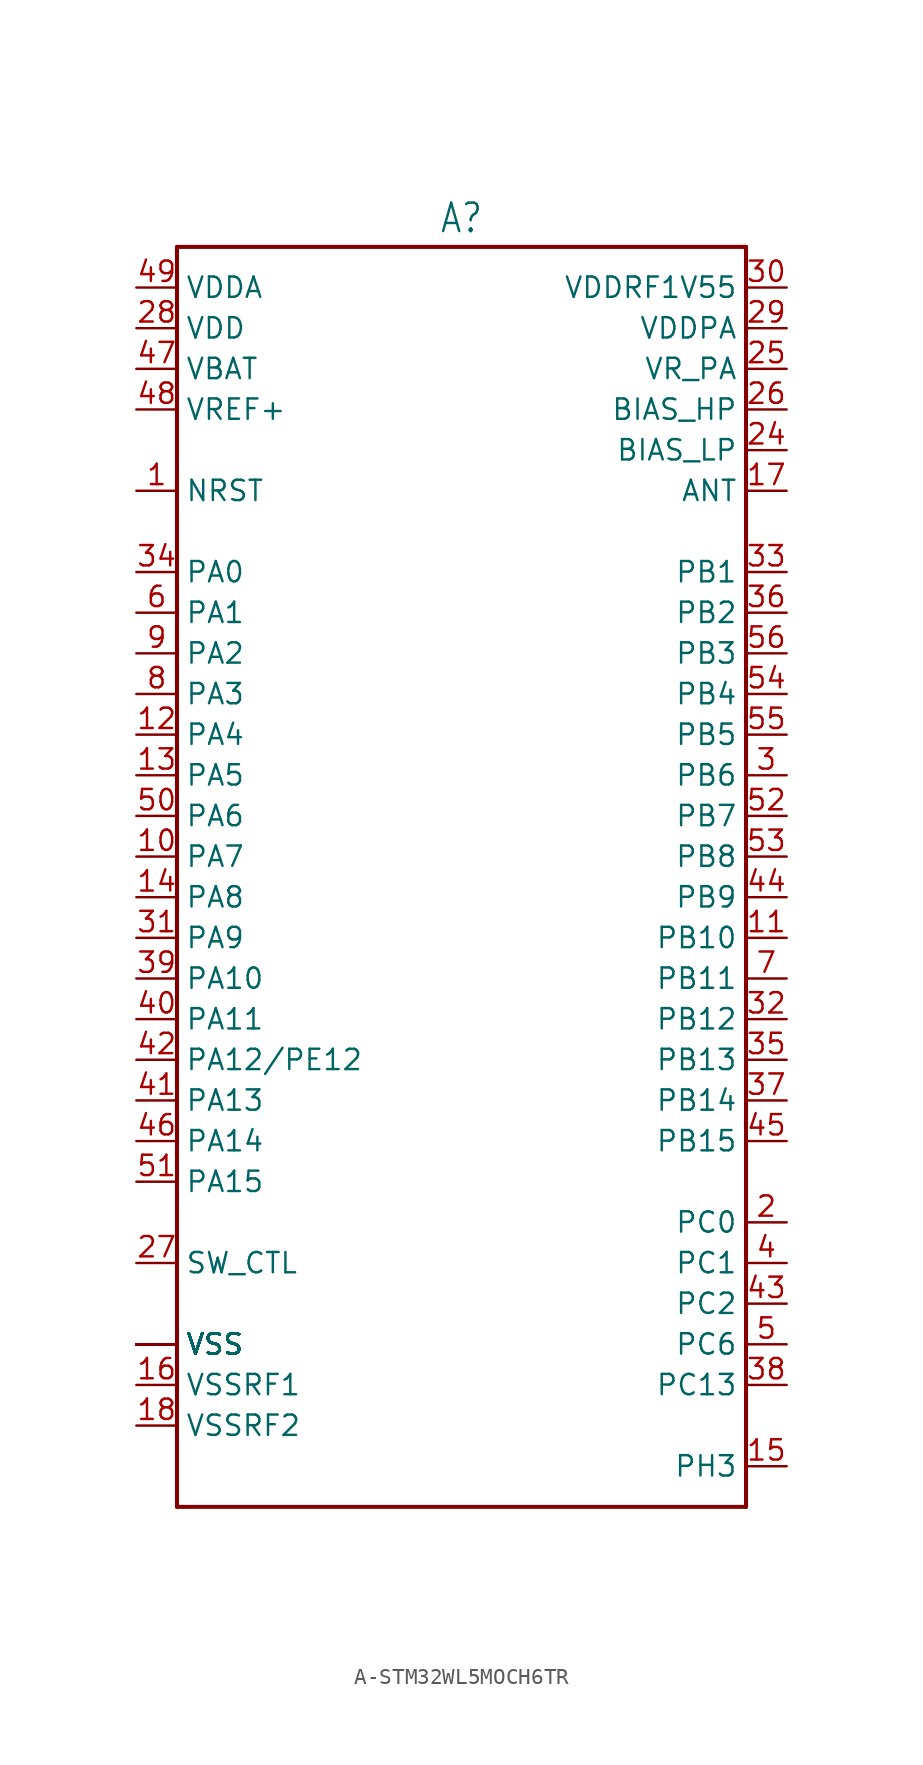
<source format=kicad_sym>
(kicad_symbol_lib
  (version 20231120)
  (generator "kicad_symbol_editor")
  (generator_version "8.0")
  (symbol "A-STM32WL5MOCH6TR"
    (property "Reference" "A"
      (at 0 38.862 0)
      (effects (font (size 1.778 1.511)) (justify bottom)))
    (property "Value" ""
      (at 0 -41.402 0)
      (effects (font (size 1.778 1.511)) (justify top)))
    (property "ki_locked" ""
      (at 0 0 0)
      (effects (font (size 1.27 1.27))))
    (symbol "A-STM32WL5MOCH6TR_1_0"
      (polyline (pts (xy -17.78 -40.64) (xy -17.78 38.1)) (stroke (width 0.254) (type solid)) (fill (type none)))
      (polyline (pts (xy -17.78 38.1) (xy 17.78 38.1)) (stroke (width 0.254) (type solid)) (fill (type none)))
      (polyline (pts (xy 17.78 -40.64) (xy -17.78 -40.64)) (stroke (width 0.254) (type solid)) (fill (type none)))
      (polyline (pts (xy 17.78 38.1) (xy 17.78 -40.64)) (stroke (width 0.254) (type solid)) (fill (type none)))
      (pin passive line (at -20.32 22.86 0) (length 2.54) (name "NRST" (effects (font (size 1.27 1.27)))) (number "1" (effects (font (size 1.27 1.27)))))
      (pin passive line (at -20.32 0 0) (length 2.54) (name "PA7" (effects (font (size 1.27 1.27)))) (number "10" (effects (font (size 1.27 1.27)))))
      (pin passive line (at 20.32 -5.08 180) (length 2.54) (name "PB10" (effects (font (size 1.27 1.27)))) (number "11" (effects (font (size 1.27 1.27)))))
      (pin passive line (at -20.32 7.62 0) (length 2.54) (name "PA4" (effects (font (size 1.27 1.27)))) (number "12" (effects (font (size 1.27 1.27)))))
      (pin passive line (at -20.32 5.08 0) (length 2.54) (name "PA5" (effects (font (size 1.27 1.27)))) (number "13" (effects (font (size 1.27 1.27)))))
      (pin passive line (at -20.32 -2.54 0) (length 2.54) (name "PA8" (effects (font (size 1.27 1.27)))) (number "14" (effects (font (size 1.27 1.27)))))
      (pin passive line (at 20.32 -38.1 180) (length 2.54) (name "PH3" (effects (font (size 1.27 1.27)))) (number "15" (effects (font (size 1.27 1.27)))))
      (pin passive line (at -20.32 -33.02 0) (length 2.54) (name "VSSRF1" (effects (font (size 1.27 1.27)))) (number "16" (effects (font (size 1.27 1.27)))))
      (pin passive line (at 20.32 22.86 180) (length 2.54) (name "ANT" (effects (font (size 1.27 1.27)))) (number "17" (effects (font (size 1.27 1.27)))))
      (pin passive line (at -20.32 -35.56 0) (length 2.54) (name "VSSRF2" (effects (font (size 1.27 1.27)))) (number "18" (effects (font (size 1.27 1.27)))))
      (pin passive line (at -20.32 -30.48 0) (length 2.54) (name "VSS" (effects (font (size 1.27 1.27)))) (number "19" (effects (font (size 0 0)))))
      (pin passive line (at 20.32 -22.86 180) (length 2.54) (name "PC0" (effects (font (size 1.27 1.27)))) (number "2" (effects (font (size 1.27 1.27)))))
      (pin passive line (at -20.32 -30.48 0) (length 2.54) (name "VSS" (effects (font (size 1.27 1.27)))) (number "20" (effects (font (size 0 0)))))
      (pin passive line (at -20.32 -30.48 0) (length 2.54) (name "VSS" (effects (font (size 1.27 1.27)))) (number "21" (effects (font (size 0 0)))))
      (pin passive line (at -20.32 -30.48 0) (length 2.54) (name "VSS" (effects (font (size 1.27 1.27)))) (number "22" (effects (font (size 0 0)))))
      (pin passive line (at -20.32 -30.48 0) (length 2.54) (name "VSS" (effects (font (size 1.27 1.27)))) (number "23" (effects (font (size 0 0)))))
      (pin passive line (at 20.32 25.4 180) (length 2.54) (name "BIAS_LP" (effects (font (size 1.27 1.27)))) (number "24" (effects (font (size 1.27 1.27)))))
      (pin passive line (at 20.32 30.48 180) (length 2.54) (name "VR_PA" (effects (font (size 1.27 1.27)))) (number "25" (effects (font (size 1.27 1.27)))))
      (pin passive line (at 20.32 27.94 180) (length 2.54) (name "BIAS_HP" (effects (font (size 1.27 1.27)))) (number "26" (effects (font (size 1.27 1.27)))))
      (pin passive line (at -20.32 -25.4 0) (length 2.54) (name "SW_CTL" (effects (font (size 1.27 1.27)))) (number "27" (effects (font (size 1.27 1.27)))))
      (pin passive line (at -20.32 33.02 0) (length 2.54) (name "VDD" (effects (font (size 1.27 1.27)))) (number "28" (effects (font (size 1.27 1.27)))))
      (pin passive line (at 20.32 33.02 180) (length 2.54) (name "VDDPA" (effects (font (size 1.27 1.27)))) (number "29" (effects (font (size 1.27 1.27)))))
      (pin passive line (at 20.32 5.08 180) (length 2.54) (name "PB6" (effects (font (size 1.27 1.27)))) (number "3" (effects (font (size 1.27 1.27)))))
      (pin passive line (at 20.32 35.56 180) (length 2.54) (name "VDDRF1V55" (effects (font (size 1.27 1.27)))) (number "30" (effects (font (size 1.27 1.27)))))
      (pin passive line (at -20.32 -5.08 0) (length 2.54) (name "PA9" (effects (font (size 1.27 1.27)))) (number "31" (effects (font (size 1.27 1.27)))))
      (pin passive line (at 20.32 -10.16 180) (length 2.54) (name "PB12" (effects (font (size 1.27 1.27)))) (number "32" (effects (font (size 1.27 1.27)))))
      (pin passive line (at 20.32 17.78 180) (length 2.54) (name "PB1" (effects (font (size 1.27 1.27)))) (number "33" (effects (font (size 1.27 1.27)))))
      (pin passive line (at -20.32 17.78 0) (length 2.54) (name "PA0" (effects (font (size 1.27 1.27)))) (number "34" (effects (font (size 1.27 1.27)))))
      (pin passive line (at 20.32 -12.7 180) (length 2.54) (name "PB13" (effects (font (size 1.27 1.27)))) (number "35" (effects (font (size 1.27 1.27)))))
      (pin passive line (at 20.32 15.24 180) (length 2.54) (name "PB2" (effects (font (size 1.27 1.27)))) (number "36" (effects (font (size 1.27 1.27)))))
      (pin passive line (at 20.32 -15.24 180) (length 2.54) (name "PB14" (effects (font (size 1.27 1.27)))) (number "37" (effects (font (size 1.27 1.27)))))
      (pin passive line (at 20.32 -33.02 180) (length 2.54) (name "PC13" (effects (font (size 1.27 1.27)))) (number "38" (effects (font (size 1.27 1.27)))))
      (pin passive line (at -20.32 -7.62 0) (length 2.54) (name "PA10" (effects (font (size 1.27 1.27)))) (number "39" (effects (font (size 1.27 1.27)))))
      (pin passive line (at 20.32 -25.4 180) (length 2.54) (name "PC1" (effects (font (size 1.27 1.27)))) (number "4" (effects (font (size 1.27 1.27)))))
      (pin passive line (at -20.32 -10.16 0) (length 2.54) (name "PA11" (effects (font (size 1.27 1.27)))) (number "40" (effects (font (size 1.27 1.27)))))
      (pin passive line (at -20.32 -15.24 0) (length 2.54) (name "PA13" (effects (font (size 1.27 1.27)))) (number "41" (effects (font (size 1.27 1.27)))))
      (pin passive line (at -20.32 -12.7 0) (length 2.54) (name "PA12/PE12" (effects (font (size 1.27 1.27)))) (number "42" (effects (font (size 1.27 1.27)))))
      (pin passive line (at 20.32 -27.94 180) (length 2.54) (name "PC2" (effects (font (size 1.27 1.27)))) (number "43" (effects (font (size 1.27 1.27)))))
      (pin passive line (at 20.32 -2.54 180) (length 2.54) (name "PB9" (effects (font (size 1.27 1.27)))) (number "44" (effects (font (size 1.27 1.27)))))
      (pin passive line (at 20.32 -17.78 180) (length 2.54) (name "PB15" (effects (font (size 1.27 1.27)))) (number "45" (effects (font (size 1.27 1.27)))))
      (pin passive line (at -20.32 -17.78 0) (length 2.54) (name "PA14" (effects (font (size 1.27 1.27)))) (number "46" (effects (font (size 1.27 1.27)))))
      (pin passive line (at -20.32 30.48 0) (length 2.54) (name "VBAT" (effects (font (size 1.27 1.27)))) (number "47" (effects (font (size 1.27 1.27)))))
      (pin passive line (at -20.32 27.94 0) (length 2.54) (name "VREF+" (effects (font (size 1.27 1.27)))) (number "48" (effects (font (size 1.27 1.27)))))
      (pin passive line (at -20.32 35.56 0) (length 2.54) (name "VDDA" (effects (font (size 1.27 1.27)))) (number "49" (effects (font (size 1.27 1.27)))))
      (pin passive line (at 20.32 -30.48 180) (length 2.54) (name "PC6" (effects (font (size 1.27 1.27)))) (number "5" (effects (font (size 1.27 1.27)))))
      (pin passive line (at -20.32 2.54 0) (length 2.54) (name "PA6" (effects (font (size 1.27 1.27)))) (number "50" (effects (font (size 1.27 1.27)))))
      (pin passive line (at -20.32 -20.32 0) (length 2.54) (name "PA15" (effects (font (size 1.27 1.27)))) (number "51" (effects (font (size 1.27 1.27)))))
      (pin passive line (at 20.32 2.54 180) (length 2.54) (name "PB7" (effects (font (size 1.27 1.27)))) (number "52" (effects (font (size 1.27 1.27)))))
      (pin passive line (at 20.32 0 180) (length 2.54) (name "PB8" (effects (font (size 1.27 1.27)))) (number "53" (effects (font (size 1.27 1.27)))))
      (pin passive line (at 20.32 10.16 180) (length 2.54) (name "PB4" (effects (font (size 1.27 1.27)))) (number "54" (effects (font (size 1.27 1.27)))))
      (pin passive line (at 20.32 7.62 180) (length 2.54) (name "PB5" (effects (font (size 1.27 1.27)))) (number "55" (effects (font (size 1.27 1.27)))))
      (pin passive line (at 20.32 12.7 180) (length 2.54) (name "PB3" (effects (font (size 1.27 1.27)))) (number "56" (effects (font (size 1.27 1.27)))))
      (pin passive line (at -20.32 -30.48 0) (length 2.54) (name "VSS" (effects (font (size 1.27 1.27)))) (number "57" (effects (font (size 0 0)))))
      (pin passive line (at -20.32 -30.48 0) (length 2.54) (name "VSS" (effects (font (size 1.27 1.27)))) (number "58" (effects (font (size 0 0)))))
      (pin passive line (at -20.32 -30.48 0) (length 2.54) (name "VSS" (effects (font (size 1.27 1.27)))) (number "59" (effects (font (size 0 0)))))
      (pin passive line (at -20.32 15.24 0) (length 2.54) (name "PA1" (effects (font (size 1.27 1.27)))) (number "6" (effects (font (size 1.27 1.27)))))
      (pin passive line (at -20.32 -30.48 0) (length 2.54) (name "VSS" (effects (font (size 1.27 1.27)))) (number "60" (effects (font (size 0 0)))))
      (pin passive line (at -20.32 -30.48 0) (length 2.54) (name "VSS" (effects (font (size 1.27 1.27)))) (number "61" (effects (font (size 0 0)))))
      (pin passive line (at -20.32 -30.48 0) (length 2.54) (name "VSS" (effects (font (size 1.27 1.27)))) (number "62" (effects (font (size 0 0)))))
      (pin passive line (at -20.32 -30.48 0) (length 2.54) (name "VSS" (effects (font (size 1.27 1.27)))) (number "63" (effects (font (size 0 0)))))
      (pin passive line (at -20.32 -30.48 0) (length 2.54) (name "VSS" (effects (font (size 1.27 1.27)))) (number "64" (effects (font (size 0 0)))))
      (pin passive line (at -20.32 -30.48 0) (length 2.54) (name "VSS" (effects (font (size 1.27 1.27)))) (number "65" (effects (font (size 0 0)))))
      (pin passive line (at -20.32 -30.48 0) (length 2.54) (name "VSS" (effects (font (size 1.27 1.27)))) (number "66" (effects (font (size 0 0)))))
      (pin passive line (at -20.32 -30.48 0) (length 2.54) (name "VSS" (effects (font (size 1.27 1.27)))) (number "67" (effects (font (size 0 0)))))
      (pin passive line (at -20.32 -30.48 0) (length 2.54) (name "VSS" (effects (font (size 1.27 1.27)))) (number "68" (effects (font (size 0 0)))))
      (pin passive line (at -20.32 -30.48 0) (length 2.54) (name "VSS" (effects (font (size 1.27 1.27)))) (number "69" (effects (font (size 0 0)))))
      (pin passive line (at 20.32 -7.62 180) (length 2.54) (name "PB11" (effects (font (size 1.27 1.27)))) (number "7" (effects (font (size 1.27 1.27)))))
      (pin passive line (at -20.32 -30.48 0) (length 2.54) (name "VSS" (effects (font (size 1.27 1.27)))) (number "70" (effects (font (size 0 0)))))
      (pin passive line (at -20.32 -30.48 0) (length 2.54) (name "VSS" (effects (font (size 1.27 1.27)))) (number "71" (effects (font (size 0 0)))))
      (pin passive line (at -20.32 -30.48 0) (length 2.54) (name "VSS" (effects (font (size 1.27 1.27)))) (number "72" (effects (font (size 0 0)))))
      (pin passive line (at -20.32 -30.48 0) (length 2.54) (name "VSS" (effects (font (size 1.27 1.27)))) (number "73" (effects (font (size 0 0)))))
      (pin passive line (at -20.32 -30.48 0) (length 2.54) (name "VSS" (effects (font (size 1.27 1.27)))) (number "74" (effects (font (size 0 0)))))
      (pin passive line (at -20.32 -30.48 0) (length 2.54) (name "VSS" (effects (font (size 1.27 1.27)))) (number "75" (effects (font (size 0 0)))))
      (pin passive line (at -20.32 -30.48 0) (length 2.54) (name "VSS" (effects (font (size 1.27 1.27)))) (number "76" (effects (font (size 0 0)))))
      (pin passive line (at -20.32 -30.48 0) (length 2.54) (name "VSS" (effects (font (size 1.27 1.27)))) (number "77" (effects (font (size 0 0)))))
      (pin passive line (at -20.32 -30.48 0) (length 2.54) (name "VSS" (effects (font (size 1.27 1.27)))) (number "78" (effects (font (size 0 0)))))
      (pin passive line (at -20.32 -30.48 0) (length 2.54) (name "VSS" (effects (font (size 1.27 1.27)))) (number "79" (effects (font (size 0 0)))))
      (pin passive line (at -20.32 10.16 0) (length 2.54) (name "PA3" (effects (font (size 1.27 1.27)))) (number "8" (effects (font (size 1.27 1.27)))))
      (pin passive line (at -20.32 -30.48 0) (length 2.54) (name "VSS" (effects (font (size 1.27 1.27)))) (number "80" (effects (font (size 0 0)))))
      (pin passive line (at -20.32 -30.48 0) (length 2.54) (name "VSS" (effects (font (size 1.27 1.27)))) (number "81" (effects (font (size 0 0)))))
      (pin passive line (at -20.32 -30.48 0) (length 2.54) (name "VSS" (effects (font (size 1.27 1.27)))) (number "82" (effects (font (size 0 0)))))
      (pin passive line (at -20.32 -30.48 0) (length 2.54) (name "VSS" (effects (font (size 1.27 1.27)))) (number "83" (effects (font (size 0 0)))))
      (pin passive line (at -20.32 -30.48 0) (length 2.54) (name "VSS" (effects (font (size 1.27 1.27)))) (number "84" (effects (font (size 0 0)))))
      (pin passive line (at -20.32 -30.48 0) (length 2.54) (name "VSS" (effects (font (size 1.27 1.27)))) (number "85" (effects (font (size 0 0)))))
      (pin passive line (at -20.32 -30.48 0) (length 2.54) (name "VSS" (effects (font (size 1.27 1.27)))) (number "86" (effects (font (size 0 0)))))
      (pin passive line (at -20.32 -30.48 0) (length 2.54) (name "VSS" (effects (font (size 1.27 1.27)))) (number "87" (effects (font (size 0 0)))))
      (pin passive line (at -20.32 -30.48 0) (length 2.54) (name "VSS" (effects (font (size 1.27 1.27)))) (number "88" (effects (font (size 0 0)))))
      (pin passive line (at -20.32 -30.48 0) (length 2.54) (name "VSS" (effects (font (size 1.27 1.27)))) (number "89" (effects (font (size 0 0)))))
      (pin passive line (at -20.32 12.7 0) (length 2.54) (name "PA2" (effects (font (size 1.27 1.27)))) (number "9" (effects (font (size 1.27 1.27)))))
      (pin passive line (at -20.32 -30.48 0) (length 2.54) (name "VSS" (effects (font (size 1.27 1.27)))) (number "90" (effects (font (size 0 0)))))
      (pin passive line (at -20.32 -30.48 0) (length 2.54) (name "VSS" (effects (font (size 1.27 1.27)))) (number "91" (effects (font (size 0 0)))))
      (pin passive line (at -20.32 -30.48 0) (length 2.54) (name "VSS" (effects (font (size 1.27 1.27)))) (number "92" (effects (font (size 0 0))))))))
</source>
